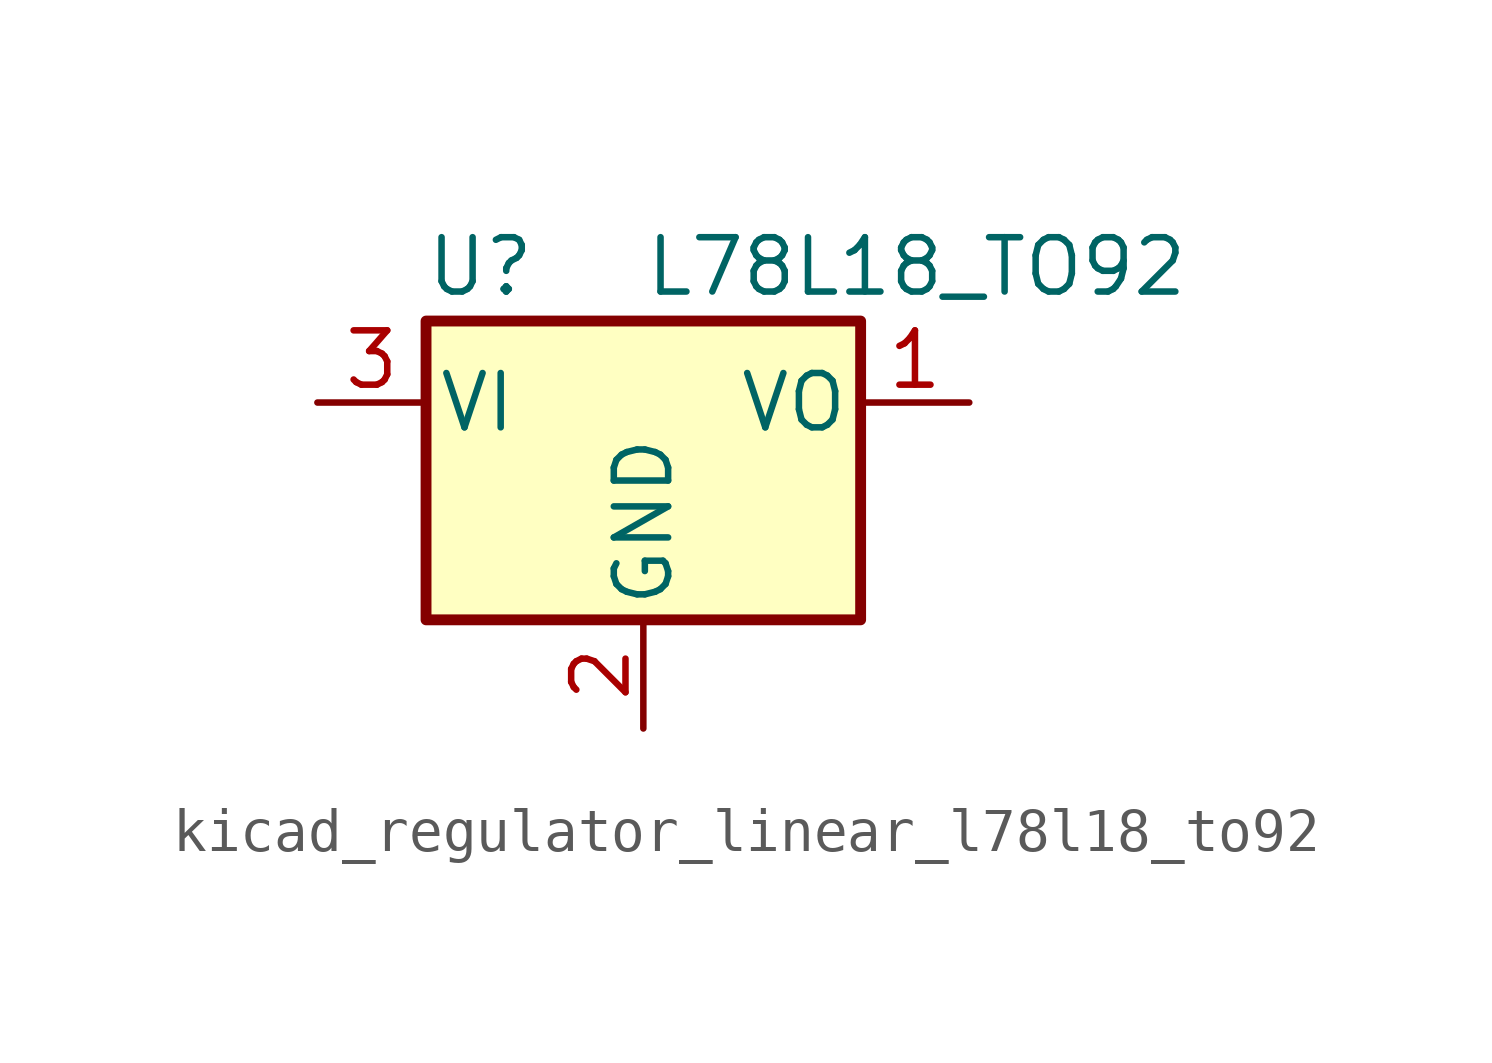
<source format=kicad_sym>
(kicad_symbol_lib
  (version 20220914)
  (generator kicad_symbol_editor)
  (symbol "kicad_regulator_linear_l78l18_to92"
    (pin_names
      (offset 0.254))
    (property "Reference" "U"
      (at -3.81 3.175 0)
      (effects (font (size 1.27 1.27))))
    (property "Value" "L78L18_TO92"
      (at 0 3.175 0)
      (effects (font (size 1.27 1.27)) (justify left)))
    (symbol "kicad_regulator_linear_l78l18_to92_0_1"
      (rectangle (start -5.08 -5.08) (end 5.08 1.905) (stroke (width 0.254) (type default)) (fill (type background))))
    (symbol "kicad_regulator_linear_l78l18_to92_1_1"
      (pin power_out line (at 7.62 0 180) (length 2.54) (name "VO" (effects (font (size 1.27 1.27)))) (number "1" (effects (font (size 1.27 1.27)))))
      (pin power_in line (at 0 -7.62 90) (length 2.54) (name "GND" (effects (font (size 1.27 1.27)))) (number "2" (effects (font (size 1.27 1.27)))))
      (pin power_in line (at -7.62 0 0) (length 2.54) (name "VI" (effects (font (size 1.27 1.27)))) (number "3" (effects (font (size 1.27 1.27))))))))
</source>
